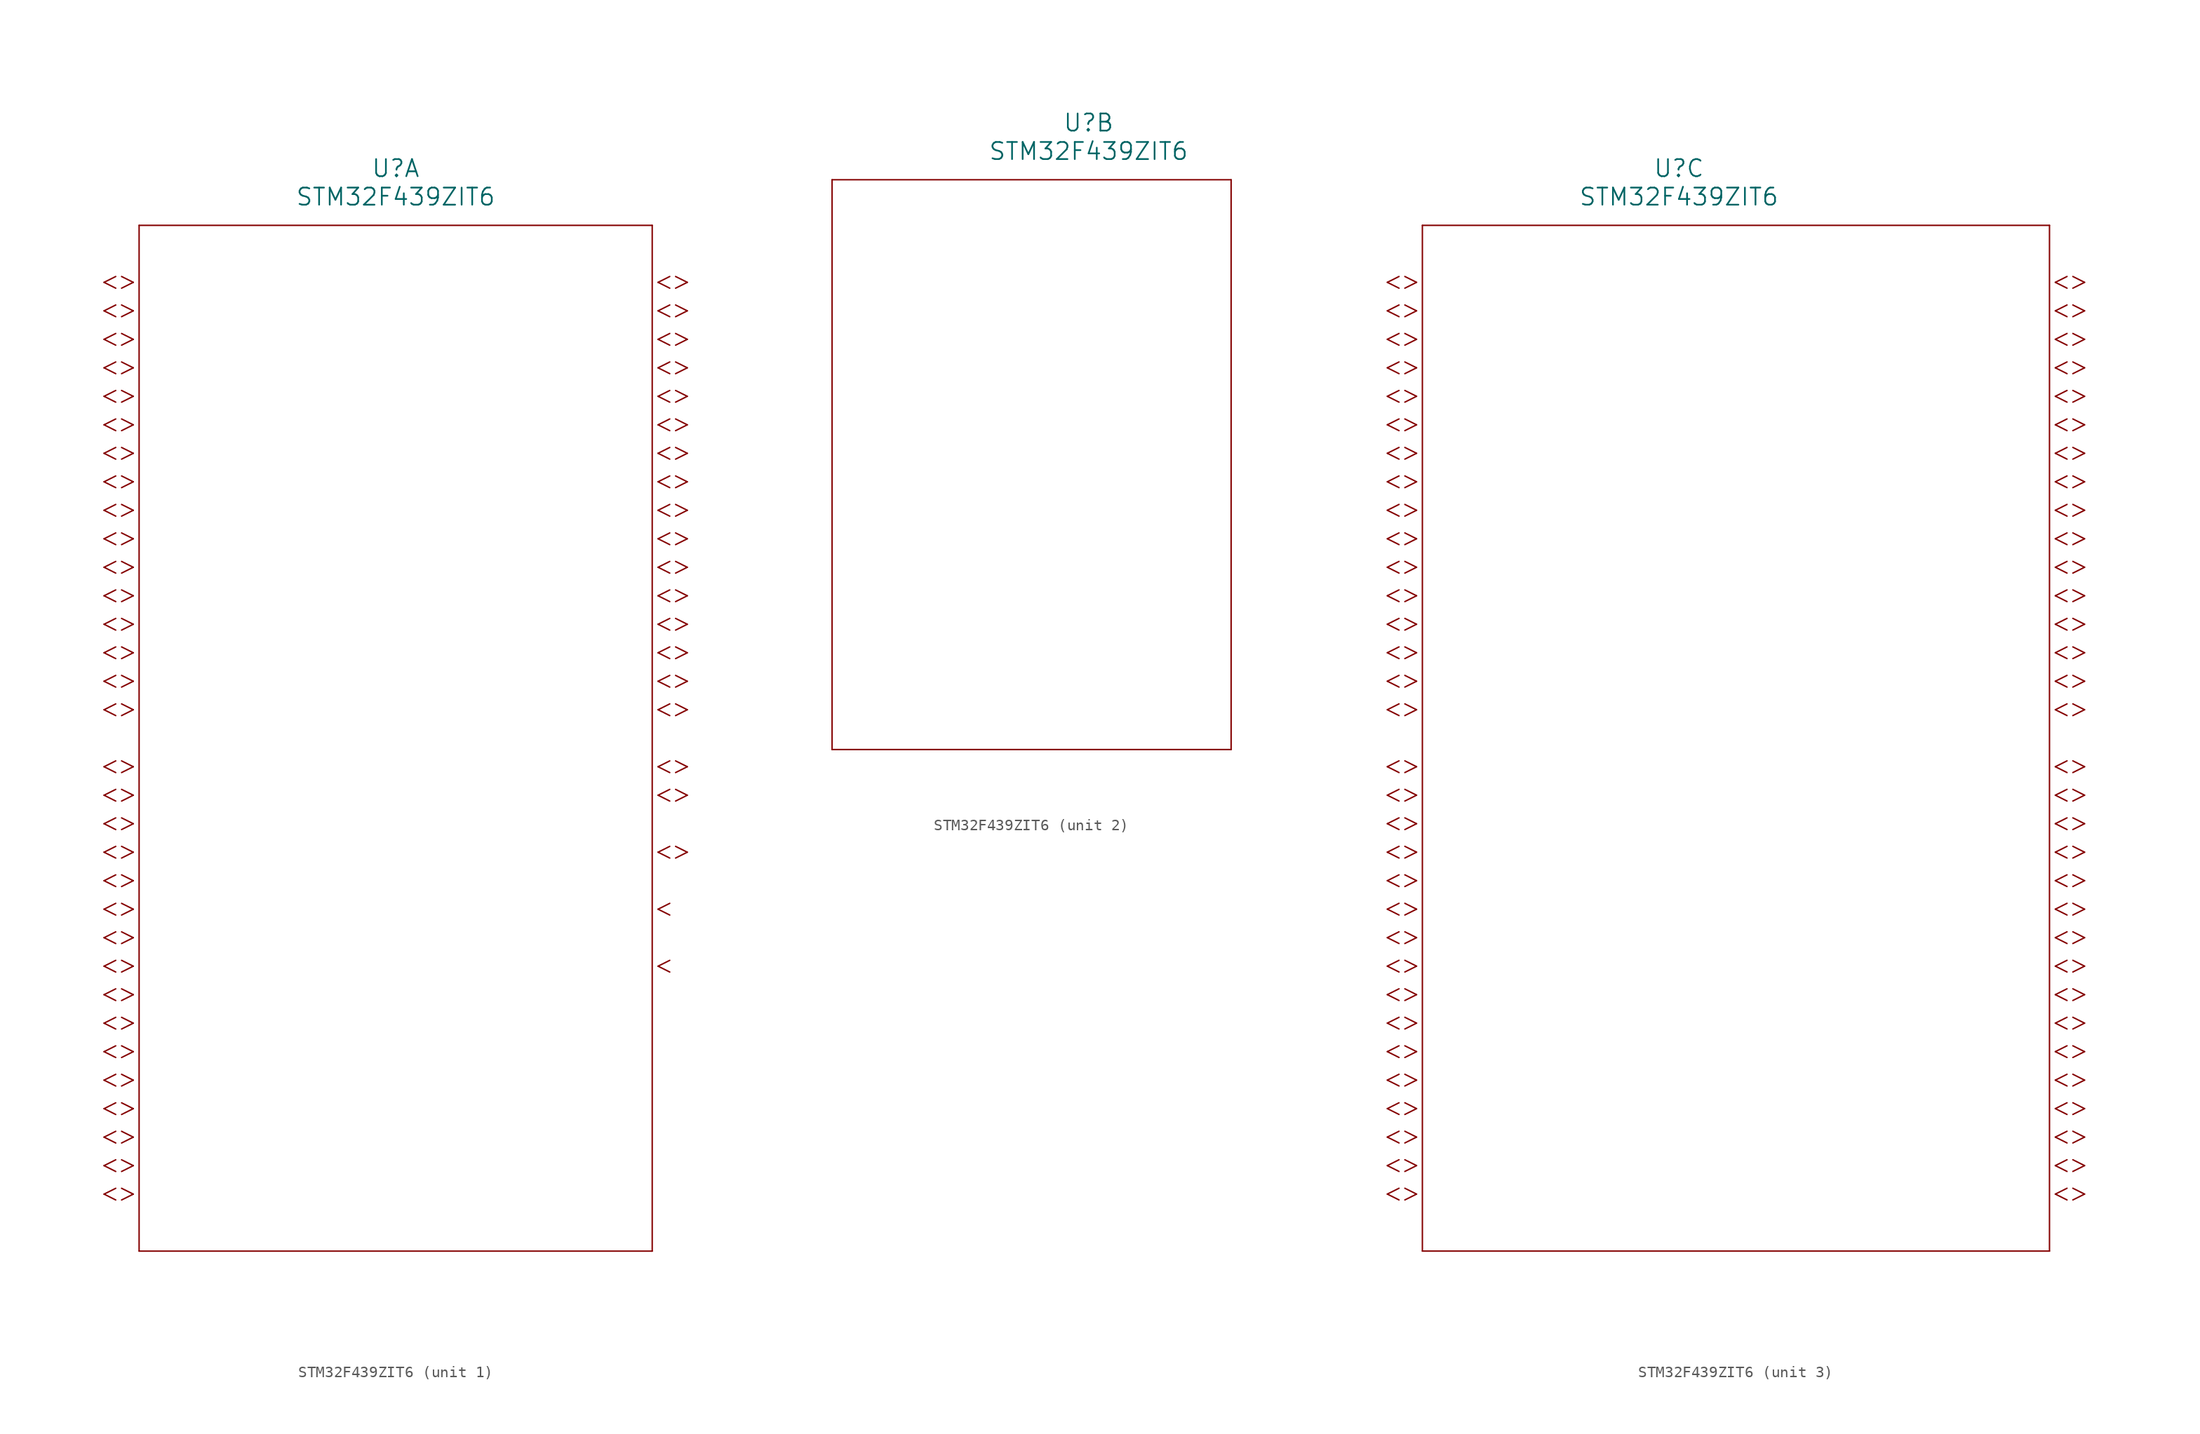
<source format=kicad_sym>
(kicad_symbol_lib
  (version 20211014)
  (generator kicad_symbol_editor)
  (symbol "STM32F439ZIT6"
    (pin_names
      (offset 0.254))
    (property "Reference" "U"
      (at 30.48 10.16 0)
      (effects (font (size 1.524 1.524))))
    (property "Value" "STM32F439ZIT6"
      (at 30.48 7.62 0)
      (effects (font (size 1.524 1.524))))
    (symbol "STM32F439ZIT6_1_1"
      (polyline (pts (xy 7.099 0) (xy 6.058 0.521)) (stroke (width 0.127) (type default) (color 0 0 0 0)) (fill (type none)))
      (polyline (pts (xy 7.099 0) (xy 6.058 -0.521)) (stroke (width 0.127) (type default) (color 0 0 0 0)) (fill (type none)))
      (polyline (pts (xy 5.537 0.521) (xy 4.496 0)) (stroke (width 0.127) (type default) (color 0 0 0 0)) (fill (type none)))
      (polyline (pts (xy 5.537 -0.521) (xy 4.496 0)) (stroke (width 0.127) (type default) (color 0 0 0 0)) (fill (type none)))
      (polyline (pts (xy 7.099 -2.54) (xy 6.058 -2.019)) (stroke (width 0.127) (type default) (color 0 0 0 0)) (fill (type none)))
      (polyline (pts (xy 7.099 -2.54) (xy 6.058 -3.061)) (stroke (width 0.127) (type default) (color 0 0 0 0)) (fill (type none)))
      (polyline (pts (xy 5.537 -2.019) (xy 4.496 -2.54)) (stroke (width 0.127) (type default) (color 0 0 0 0)) (fill (type none)))
      (polyline (pts (xy 5.537 -3.061) (xy 4.496 -2.54)) (stroke (width 0.127) (type default) (color 0 0 0 0)) (fill (type none)))
      (polyline (pts (xy 7.099 -5.08) (xy 6.058 -4.559)) (stroke (width 0.127) (type default) (color 0 0 0 0)) (fill (type none)))
      (polyline (pts (xy 7.099 -5.08) (xy 6.058 -5.601)) (stroke (width 0.127) (type default) (color 0 0 0 0)) (fill (type none)))
      (polyline (pts (xy 5.537 -4.559) (xy 4.496 -5.08)) (stroke (width 0.127) (type default) (color 0 0 0 0)) (fill (type none)))
      (polyline (pts (xy 5.537 -5.601) (xy 4.496 -5.08)) (stroke (width 0.127) (type default) (color 0 0 0 0)) (fill (type none)))
      (polyline (pts (xy 7.099 -7.62) (xy 6.058 -7.099)) (stroke (width 0.127) (type default) (color 0 0 0 0)) (fill (type none)))
      (polyline (pts (xy 7.099 -7.62) (xy 6.058 -8.141)) (stroke (width 0.127) (type default) (color 0 0 0 0)) (fill (type none)))
      (polyline (pts (xy 5.537 -7.099) (xy 4.496 -7.62)) (stroke (width 0.127) (type default) (color 0 0 0 0)) (fill (type none)))
      (polyline (pts (xy 5.537 -8.141) (xy 4.496 -7.62)) (stroke (width 0.127) (type default) (color 0 0 0 0)) (fill (type none)))
      (polyline (pts (xy 7.099 -10.16) (xy 6.058 -9.639)) (stroke (width 0.127) (type default) (color 0 0 0 0)) (fill (type none)))
      (polyline (pts (xy 7.099 -10.16) (xy 6.058 -10.681)) (stroke (width 0.127) (type default) (color 0 0 0 0)) (fill (type none)))
      (polyline (pts (xy 5.537 -9.639) (xy 4.496 -10.16)) (stroke (width 0.127) (type default) (color 0 0 0 0)) (fill (type none)))
      (polyline (pts (xy 5.537 -10.681) (xy 4.496 -10.16)) (stroke (width 0.127) (type default) (color 0 0 0 0)) (fill (type none)))
      (polyline (pts (xy 7.099 -12.7) (xy 6.058 -12.179)) (stroke (width 0.127) (type default) (color 0 0 0 0)) (fill (type none)))
      (polyline (pts (xy 7.099 -12.7) (xy 6.058 -13.221)) (stroke (width 0.127) (type default) (color 0 0 0 0)) (fill (type none)))
      (polyline (pts (xy 5.537 -12.179) (xy 4.496 -12.7)) (stroke (width 0.127) (type default) (color 0 0 0 0)) (fill (type none)))
      (polyline (pts (xy 5.537 -13.221) (xy 4.496 -12.7)) (stroke (width 0.127) (type default) (color 0 0 0 0)) (fill (type none)))
      (polyline (pts (xy 7.099 -15.24) (xy 6.058 -14.719)) (stroke (width 0.127) (type default) (color 0 0 0 0)) (fill (type none)))
      (polyline (pts (xy 7.099 -15.24) (xy 6.058 -15.761)) (stroke (width 0.127) (type default) (color 0 0 0 0)) (fill (type none)))
      (polyline (pts (xy 5.537 -14.719) (xy 4.496 -15.24)) (stroke (width 0.127) (type default) (color 0 0 0 0)) (fill (type none)))
      (polyline (pts (xy 5.537 -15.761) (xy 4.496 -15.24)) (stroke (width 0.127) (type default) (color 0 0 0 0)) (fill (type none)))
      (polyline (pts (xy 7.099 -17.78) (xy 6.058 -17.259)) (stroke (width 0.127) (type default) (color 0 0 0 0)) (fill (type none)))
      (polyline (pts (xy 7.099 -17.78) (xy 6.058 -18.301)) (stroke (width 0.127) (type default) (color 0 0 0 0)) (fill (type none)))
      (polyline (pts (xy 5.537 -17.259) (xy 4.496 -17.78)) (stroke (width 0.127) (type default) (color 0 0 0 0)) (fill (type none)))
      (polyline (pts (xy 5.537 -18.301) (xy 4.496 -17.78)) (stroke (width 0.127) (type default) (color 0 0 0 0)) (fill (type none)))
      (polyline (pts (xy 7.099 -20.32) (xy 6.058 -19.799)) (stroke (width 0.127) (type default) (color 0 0 0 0)) (fill (type none)))
      (polyline (pts (xy 7.099 -20.32) (xy 6.058 -20.841)) (stroke (width 0.127) (type default) (color 0 0 0 0)) (fill (type none)))
      (polyline (pts (xy 5.537 -19.799) (xy 4.496 -20.32)) (stroke (width 0.127) (type default) (color 0 0 0 0)) (fill (type none)))
      (polyline (pts (xy 5.537 -20.841) (xy 4.496 -20.32)) (stroke (width 0.127) (type default) (color 0 0 0 0)) (fill (type none)))
      (polyline (pts (xy 7.099 -22.86) (xy 6.058 -22.339)) (stroke (width 0.127) (type default) (color 0 0 0 0)) (fill (type none)))
      (polyline (pts (xy 7.099 -22.86) (xy 6.058 -23.381)) (stroke (width 0.127) (type default) (color 0 0 0 0)) (fill (type none)))
      (polyline (pts (xy 5.537 -22.339) (xy 4.496 -22.86)) (stroke (width 0.127) (type default) (color 0 0 0 0)) (fill (type none)))
      (polyline (pts (xy 5.537 -23.381) (xy 4.496 -22.86)) (stroke (width 0.127) (type default) (color 0 0 0 0)) (fill (type none)))
      (polyline (pts (xy 7.099 -25.4) (xy 6.058 -24.879)) (stroke (width 0.127) (type default) (color 0 0 0 0)) (fill (type none)))
      (polyline (pts (xy 7.099 -25.4) (xy 6.058 -25.921)) (stroke (width 0.127) (type default) (color 0 0 0 0)) (fill (type none)))
      (polyline (pts (xy 5.537 -24.879) (xy 4.496 -25.4)) (stroke (width 0.127) (type default) (color 0 0 0 0)) (fill (type none)))
      (polyline (pts (xy 5.537 -25.921) (xy 4.496 -25.4)) (stroke (width 0.127) (type default) (color 0 0 0 0)) (fill (type none)))
      (polyline (pts (xy 7.099 -27.94) (xy 6.058 -27.419)) (stroke (width 0.127) (type default) (color 0 0 0 0)) (fill (type none)))
      (polyline (pts (xy 7.099 -27.94) (xy 6.058 -28.461)) (stroke (width 0.127) (type default) (color 0 0 0 0)) (fill (type none)))
      (polyline (pts (xy 5.537 -27.419) (xy 4.496 -27.94)) (stroke (width 0.127) (type default) (color 0 0 0 0)) (fill (type none)))
      (polyline (pts (xy 5.537 -28.461) (xy 4.496 -27.94)) (stroke (width 0.127) (type default) (color 0 0 0 0)) (fill (type none)))
      (polyline (pts (xy 7.099 -30.48) (xy 6.058 -29.959)) (stroke (width 0.127) (type default) (color 0 0 0 0)) (fill (type none)))
      (polyline (pts (xy 7.099 -30.48) (xy 6.058 -31.001)) (stroke (width 0.127) (type default) (color 0 0 0 0)) (fill (type none)))
      (polyline (pts (xy 5.537 -29.959) (xy 4.496 -30.48)) (stroke (width 0.127) (type default) (color 0 0 0 0)) (fill (type none)))
      (polyline (pts (xy 5.537 -31.001) (xy 4.496 -30.48)) (stroke (width 0.127) (type default) (color 0 0 0 0)) (fill (type none)))
      (polyline (pts (xy 7.099 -33.02) (xy 6.058 -32.499)) (stroke (width 0.127) (type default) (color 0 0 0 0)) (fill (type none)))
      (polyline (pts (xy 7.099 -33.02) (xy 6.058 -33.541)) (stroke (width 0.127) (type default) (color 0 0 0 0)) (fill (type none)))
      (polyline (pts (xy 5.537 -32.499) (xy 4.496 -33.02)) (stroke (width 0.127) (type default) (color 0 0 0 0)) (fill (type none)))
      (polyline (pts (xy 5.537 -33.541) (xy 4.496 -33.02)) (stroke (width 0.127) (type default) (color 0 0 0 0)) (fill (type none)))
      (polyline (pts (xy 7.099 -35.56) (xy 6.058 -35.039)) (stroke (width 0.127) (type default) (color 0 0 0 0)) (fill (type none)))
      (polyline (pts (xy 7.099 -35.56) (xy 6.058 -36.081)) (stroke (width 0.127) (type default) (color 0 0 0 0)) (fill (type none)))
      (polyline (pts (xy 5.537 -35.039) (xy 4.496 -35.56)) (stroke (width 0.127) (type default) (color 0 0 0 0)) (fill (type none)))
      (polyline (pts (xy 5.537 -36.081) (xy 4.496 -35.56)) (stroke (width 0.127) (type default) (color 0 0 0 0)) (fill (type none)))
      (polyline (pts (xy 7.099 -38.1) (xy 6.058 -37.579)) (stroke (width 0.127) (type default) (color 0 0 0 0)) (fill (type none)))
      (polyline (pts (xy 7.099 -38.1) (xy 6.058 -38.621)) (stroke (width 0.127) (type default) (color 0 0 0 0)) (fill (type none)))
      (polyline (pts (xy 5.537 -37.579) (xy 4.496 -38.1)) (stroke (width 0.127) (type default) (color 0 0 0 0)) (fill (type none)))
      (polyline (pts (xy 5.537 -38.621) (xy 4.496 -38.1)) (stroke (width 0.127) (type default) (color 0 0 0 0)) (fill (type none)))
      (polyline (pts (xy 7.099 -43.18) (xy 6.058 -42.659)) (stroke (width 0.127) (type default) (color 0 0 0 0)) (fill (type none)))
      (polyline (pts (xy 7.099 -43.18) (xy 6.058 -43.701)) (stroke (width 0.127) (type default) (color 0 0 0 0)) (fill (type none)))
      (polyline (pts (xy 5.537 -42.659) (xy 4.496 -43.18)) (stroke (width 0.127) (type default) (color 0 0 0 0)) (fill (type none)))
      (polyline (pts (xy 5.537 -43.701) (xy 4.496 -43.18)) (stroke (width 0.127) (type default) (color 0 0 0 0)) (fill (type none)))
      (polyline (pts (xy 7.099 -45.72) (xy 6.058 -45.199)) (stroke (width 0.127) (type default) (color 0 0 0 0)) (fill (type none)))
      (polyline (pts (xy 7.099 -45.72) (xy 6.058 -46.241)) (stroke (width 0.127) (type default) (color 0 0 0 0)) (fill (type none)))
      (polyline (pts (xy 5.537 -45.199) (xy 4.496 -45.72)) (stroke (width 0.127) (type default) (color 0 0 0 0)) (fill (type none)))
      (polyline (pts (xy 5.537 -46.241) (xy 4.496 -45.72)) (stroke (width 0.127) (type default) (color 0 0 0 0)) (fill (type none)))
      (polyline (pts (xy 7.099 -48.26) (xy 6.058 -47.739)) (stroke (width 0.127) (type default) (color 0 0 0 0)) (fill (type none)))
      (polyline (pts (xy 7.099 -48.26) (xy 6.058 -48.781)) (stroke (width 0.127) (type default) (color 0 0 0 0)) (fill (type none)))
      (polyline (pts (xy 5.537 -47.739) (xy 4.496 -48.26)) (stroke (width 0.127) (type default) (color 0 0 0 0)) (fill (type none)))
      (polyline (pts (xy 5.537 -48.781) (xy 4.496 -48.26)) (stroke (width 0.127) (type default) (color 0 0 0 0)) (fill (type none)))
      (polyline (pts (xy 7.099 -50.8) (xy 6.058 -50.279)) (stroke (width 0.127) (type default) (color 0 0 0 0)) (fill (type none)))
      (polyline (pts (xy 7.099 -50.8) (xy 6.058 -51.321)) (stroke (width 0.127) (type default) (color 0 0 0 0)) (fill (type none)))
      (polyline (pts (xy 5.537 -50.279) (xy 4.496 -50.8)) (stroke (width 0.127) (type default) (color 0 0 0 0)) (fill (type none)))
      (polyline (pts (xy 5.537 -51.321) (xy 4.496 -50.8)) (stroke (width 0.127) (type default) (color 0 0 0 0)) (fill (type none)))
      (polyline (pts (xy 7.099 -53.34) (xy 6.058 -52.819)) (stroke (width 0.127) (type default) (color 0 0 0 0)) (fill (type none)))
      (polyline (pts (xy 7.099 -53.34) (xy 6.058 -53.861)) (stroke (width 0.127) (type default) (color 0 0 0 0)) (fill (type none)))
      (polyline (pts (xy 5.537 -52.819) (xy 4.496 -53.34)) (stroke (width 0.127) (type default) (color 0 0 0 0)) (fill (type none)))
      (polyline (pts (xy 5.537 -53.861) (xy 4.496 -53.34)) (stroke (width 0.127) (type default) (color 0 0 0 0)) (fill (type none)))
      (polyline (pts (xy 7.099 -55.88) (xy 6.058 -55.359)) (stroke (width 0.127) (type default) (color 0 0 0 0)) (fill (type none)))
      (polyline (pts (xy 7.099 -55.88) (xy 6.058 -56.401)) (stroke (width 0.127) (type default) (color 0 0 0 0)) (fill (type none)))
      (polyline (pts (xy 5.537 -55.359) (xy 4.496 -55.88)) (stroke (width 0.127) (type default) (color 0 0 0 0)) (fill (type none)))
      (polyline (pts (xy 5.537 -56.401) (xy 4.496 -55.88)) (stroke (width 0.127) (type default) (color 0 0 0 0)) (fill (type none)))
      (polyline (pts (xy 7.099 -58.42) (xy 6.058 -57.899)) (stroke (width 0.127) (type default) (color 0 0 0 0)) (fill (type none)))
      (polyline (pts (xy 7.099 -58.42) (xy 6.058 -58.941)) (stroke (width 0.127) (type default) (color 0 0 0 0)) (fill (type none)))
      (polyline (pts (xy 5.537 -57.899) (xy 4.496 -58.42)) (stroke (width 0.127) (type default) (color 0 0 0 0)) (fill (type none)))
      (polyline (pts (xy 5.537 -58.941) (xy 4.496 -58.42)) (stroke (width 0.127) (type default) (color 0 0 0 0)) (fill (type none)))
      (polyline (pts (xy 7.099 -60.96) (xy 6.058 -60.439)) (stroke (width 0.127) (type default) (color 0 0 0 0)) (fill (type none)))
      (polyline (pts (xy 7.099 -60.96) (xy 6.058 -61.481)) (stroke (width 0.127) (type default) (color 0 0 0 0)) (fill (type none)))
      (polyline (pts (xy 5.537 -60.439) (xy 4.496 -60.96)) (stroke (width 0.127) (type default) (color 0 0 0 0)) (fill (type none)))
      (polyline (pts (xy 5.537 -61.481) (xy 4.496 -60.96)) (stroke (width 0.127) (type default) (color 0 0 0 0)) (fill (type none)))
      (polyline (pts (xy 7.099 -63.5) (xy 6.058 -62.979)) (stroke (width 0.127) (type default) (color 0 0 0 0)) (fill (type none)))
      (polyline (pts (xy 7.099 -63.5) (xy 6.058 -64.021)) (stroke (width 0.127) (type default) (color 0 0 0 0)) (fill (type none)))
      (polyline (pts (xy 5.537 -62.979) (xy 4.496 -63.5)) (stroke (width 0.127) (type default) (color 0 0 0 0)) (fill (type none)))
      (polyline (pts (xy 5.537 -64.021) (xy 4.496 -63.5)) (stroke (width 0.127) (type default) (color 0 0 0 0)) (fill (type none)))
      (polyline (pts (xy 7.099 -66.04) (xy 6.058 -65.519)) (stroke (width 0.127) (type default) (color 0 0 0 0)) (fill (type none)))
      (polyline (pts (xy 7.099 -66.04) (xy 6.058 -66.561)) (stroke (width 0.127) (type default) (color 0 0 0 0)) (fill (type none)))
      (polyline (pts (xy 5.537 -65.519) (xy 4.496 -66.04)) (stroke (width 0.127) (type default) (color 0 0 0 0)) (fill (type none)))
      (polyline (pts (xy 5.537 -66.561) (xy 4.496 -66.04)) (stroke (width 0.127) (type default) (color 0 0 0 0)) (fill (type none)))
      (polyline (pts (xy 7.099 -68.58) (xy 6.058 -68.059)) (stroke (width 0.127) (type default) (color 0 0 0 0)) (fill (type none)))
      (polyline (pts (xy 7.099 -68.58) (xy 6.058 -69.101)) (stroke (width 0.127) (type default) (color 0 0 0 0)) (fill (type none)))
      (polyline (pts (xy 5.537 -68.059) (xy 4.496 -68.58)) (stroke (width 0.127) (type default) (color 0 0 0 0)) (fill (type none)))
      (polyline (pts (xy 5.537 -69.101) (xy 4.496 -68.58)) (stroke (width 0.127) (type default) (color 0 0 0 0)) (fill (type none)))
      (polyline (pts (xy 7.099 -71.12) (xy 6.058 -70.599)) (stroke (width 0.127) (type default) (color 0 0 0 0)) (fill (type none)))
      (polyline (pts (xy 7.099 -71.12) (xy 6.058 -71.641)) (stroke (width 0.127) (type default) (color 0 0 0 0)) (fill (type none)))
      (polyline (pts (xy 5.537 -70.599) (xy 4.496 -71.12)) (stroke (width 0.127) (type default) (color 0 0 0 0)) (fill (type none)))
      (polyline (pts (xy 5.537 -71.641) (xy 4.496 -71.12)) (stroke (width 0.127) (type default) (color 0 0 0 0)) (fill (type none)))
      (polyline (pts (xy 7.099 -73.66) (xy 6.058 -73.139)) (stroke (width 0.127) (type default) (color 0 0 0 0)) (fill (type none)))
      (polyline (pts (xy 7.099 -73.66) (xy 6.058 -74.181)) (stroke (width 0.127) (type default) (color 0 0 0 0)) (fill (type none)))
      (polyline (pts (xy 5.537 -73.139) (xy 4.496 -73.66)) (stroke (width 0.127) (type default) (color 0 0 0 0)) (fill (type none)))
      (polyline (pts (xy 5.537 -74.181) (xy 4.496 -73.66)) (stroke (width 0.127) (type default) (color 0 0 0 0)) (fill (type none)))
      (polyline (pts (xy 7.099 -76.2) (xy 6.058 -75.679)) (stroke (width 0.127) (type default) (color 0 0 0 0)) (fill (type none)))
      (polyline (pts (xy 7.099 -76.2) (xy 6.058 -76.721)) (stroke (width 0.127) (type default) (color 0 0 0 0)) (fill (type none)))
      (polyline (pts (xy 5.537 -75.679) (xy 4.496 -76.2)) (stroke (width 0.127) (type default) (color 0 0 0 0)) (fill (type none)))
      (polyline (pts (xy 5.537 -76.721) (xy 4.496 -76.2)) (stroke (width 0.127) (type default) (color 0 0 0 0)) (fill (type none)))
      (polyline (pts (xy 7.099 -78.74) (xy 6.058 -78.219)) (stroke (width 0.127) (type default) (color 0 0 0 0)) (fill (type none)))
      (polyline (pts (xy 7.099 -78.74) (xy 6.058 -79.261)) (stroke (width 0.127) (type default) (color 0 0 0 0)) (fill (type none)))
      (polyline (pts (xy 5.537 -78.219) (xy 4.496 -78.74)) (stroke (width 0.127) (type default) (color 0 0 0 0)) (fill (type none)))
      (polyline (pts (xy 5.537 -79.261) (xy 4.496 -78.74)) (stroke (width 0.127) (type default) (color 0 0 0 0)) (fill (type none)))
      (polyline (pts (xy 7.099 -81.28) (xy 6.058 -80.759)) (stroke (width 0.127) (type default) (color 0 0 0 0)) (fill (type none)))
      (polyline (pts (xy 7.099 -81.28) (xy 6.058 -81.801)) (stroke (width 0.127) (type default) (color 0 0 0 0)) (fill (type none)))
      (polyline (pts (xy 5.537 -80.759) (xy 4.496 -81.28)) (stroke (width 0.127) (type default) (color 0 0 0 0)) (fill (type none)))
      (polyline (pts (xy 5.537 -81.801) (xy 4.496 -81.28)) (stroke (width 0.127) (type default) (color 0 0 0 0)) (fill (type none)))
      (polyline (pts (xy 53.861 0) (xy 54.902 0.521)) (stroke (width 0.127) (type default) (color 0 0 0 0)) (fill (type none)))
      (polyline (pts (xy 53.861 0) (xy 54.902 -0.521)) (stroke (width 0.127) (type default) (color 0 0 0 0)) (fill (type none)))
      (polyline (pts (xy 55.423 0.521) (xy 56.464 0)) (stroke (width 0.127) (type default) (color 0 0 0 0)) (fill (type none)))
      (polyline (pts (xy 55.423 -0.521) (xy 56.464 0)) (stroke (width 0.127) (type default) (color 0 0 0 0)) (fill (type none)))
      (polyline (pts (xy 53.861 -2.54) (xy 54.902 -2.019)) (stroke (width 0.127) (type default) (color 0 0 0 0)) (fill (type none)))
      (polyline (pts (xy 53.861 -2.54) (xy 54.902 -3.061)) (stroke (width 0.127) (type default) (color 0 0 0 0)) (fill (type none)))
      (polyline (pts (xy 55.423 -2.019) (xy 56.464 -2.54)) (stroke (width 0.127) (type default) (color 0 0 0 0)) (fill (type none)))
      (polyline (pts (xy 55.423 -3.061) (xy 56.464 -2.54)) (stroke (width 0.127) (type default) (color 0 0 0 0)) (fill (type none)))
      (polyline (pts (xy 53.861 -5.08) (xy 54.902 -4.559)) (stroke (width 0.127) (type default) (color 0 0 0 0)) (fill (type none)))
      (polyline (pts (xy 53.861 -5.08) (xy 54.902 -5.601)) (stroke (width 0.127) (type default) (color 0 0 0 0)) (fill (type none)))
      (polyline (pts (xy 55.423 -4.559) (xy 56.464 -5.08)) (stroke (width 0.127) (type default) (color 0 0 0 0)) (fill (type none)))
      (polyline (pts (xy 55.423 -5.601) (xy 56.464 -5.08)) (stroke (width 0.127) (type default) (color 0 0 0 0)) (fill (type none)))
      (polyline (pts (xy 53.861 -7.62) (xy 54.902 -7.099)) (stroke (width 0.127) (type default) (color 0 0 0 0)) (fill (type none)))
      (polyline (pts (xy 53.861 -7.62) (xy 54.902 -8.141)) (stroke (width 0.127) (type default) (color 0 0 0 0)) (fill (type none)))
      (polyline (pts (xy 55.423 -7.099) (xy 56.464 -7.62)) (stroke (width 0.127) (type default) (color 0 0 0 0)) (fill (type none)))
      (polyline (pts (xy 55.423 -8.141) (xy 56.464 -7.62)) (stroke (width 0.127) (type default) (color 0 0 0 0)) (fill (type none)))
      (polyline (pts (xy 53.861 -10.16) (xy 54.902 -9.639)) (stroke (width 0.127) (type default) (color 0 0 0 0)) (fill (type none)))
      (polyline (pts (xy 53.861 -10.16) (xy 54.902 -10.681)) (stroke (width 0.127) (type default) (color 0 0 0 0)) (fill (type none)))
      (polyline (pts (xy 55.423 -9.639) (xy 56.464 -10.16)) (stroke (width 0.127) (type default) (color 0 0 0 0)) (fill (type none)))
      (polyline (pts (xy 55.423 -10.681) (xy 56.464 -10.16)) (stroke (width 0.127) (type default) (color 0 0 0 0)) (fill (type none)))
      (polyline (pts (xy 53.861 -12.7) (xy 54.902 -12.179)) (stroke (width 0.127) (type default) (color 0 0 0 0)) (fill (type none)))
      (polyline (pts (xy 53.861 -12.7) (xy 54.902 -13.221)) (stroke (width 0.127) (type default) (color 0 0 0 0)) (fill (type none)))
      (polyline (pts (xy 55.423 -12.179) (xy 56.464 -12.7)) (stroke (width 0.127) (type default) (color 0 0 0 0)) (fill (type none)))
      (polyline (pts (xy 55.423 -13.221) (xy 56.464 -12.7)) (stroke (width 0.127) (type default) (color 0 0 0 0)) (fill (type none)))
      (polyline (pts (xy 53.861 -15.24) (xy 54.902 -14.719)) (stroke (width 0.127) (type default) (color 0 0 0 0)) (fill (type none)))
      (polyline (pts (xy 53.861 -15.24) (xy 54.902 -15.761)) (stroke (width 0.127) (type default) (color 0 0 0 0)) (fill (type none)))
      (polyline (pts (xy 55.423 -14.719) (xy 56.464 -15.24)) (stroke (width 0.127) (type default) (color 0 0 0 0)) (fill (type none)))
      (polyline (pts (xy 55.423 -15.761) (xy 56.464 -15.24)) (stroke (width 0.127) (type default) (color 0 0 0 0)) (fill (type none)))
      (polyline (pts (xy 53.861 -17.78) (xy 54.902 -17.259)) (stroke (width 0.127) (type default) (color 0 0 0 0)) (fill (type none)))
      (polyline (pts (xy 53.861 -17.78) (xy 54.902 -18.301)) (stroke (width 0.127) (type default) (color 0 0 0 0)) (fill (type none)))
      (polyline (pts (xy 55.423 -17.259) (xy 56.464 -17.78)) (stroke (width 0.127) (type default) (color 0 0 0 0)) (fill (type none)))
      (polyline (pts (xy 55.423 -18.301) (xy 56.464 -17.78)) (stroke (width 0.127) (type default) (color 0 0 0 0)) (fill (type none)))
      (polyline (pts (xy 53.861 -20.32) (xy 54.902 -19.799)) (stroke (width 0.127) (type default) (color 0 0 0 0)) (fill (type none)))
      (polyline (pts (xy 53.861 -20.32) (xy 54.902 -20.841)) (stroke (width 0.127) (type default) (color 0 0 0 0)) (fill (type none)))
      (polyline (pts (xy 55.423 -19.799) (xy 56.464 -20.32)) (stroke (width 0.127) (type default) (color 0 0 0 0)) (fill (type none)))
      (polyline (pts (xy 55.423 -20.841) (xy 56.464 -20.32)) (stroke (width 0.127) (type default) (color 0 0 0 0)) (fill (type none)))
      (polyline (pts (xy 53.861 -22.86) (xy 54.902 -22.339)) (stroke (width 0.127) (type default) (color 0 0 0 0)) (fill (type none)))
      (polyline (pts (xy 53.861 -22.86) (xy 54.902 -23.381)) (stroke (width 0.127) (type default) (color 0 0 0 0)) (fill (type none)))
      (polyline (pts (xy 55.423 -22.339) (xy 56.464 -22.86)) (stroke (width 0.127) (type default) (color 0 0 0 0)) (fill (type none)))
      (polyline (pts (xy 55.423 -23.381) (xy 56.464 -22.86)) (stroke (width 0.127) (type default) (color 0 0 0 0)) (fill (type none)))
      (polyline (pts (xy 53.861 -25.4) (xy 54.902 -24.879)) (stroke (width 0.127) (type default) (color 0 0 0 0)) (fill (type none)))
      (polyline (pts (xy 53.861 -25.4) (xy 54.902 -25.921)) (stroke (width 0.127) (type default) (color 0 0 0 0)) (fill (type none)))
      (polyline (pts (xy 55.423 -24.879) (xy 56.464 -25.4)) (stroke (width 0.127) (type default) (color 0 0 0 0)) (fill (type none)))
      (polyline (pts (xy 55.423 -25.921) (xy 56.464 -25.4)) (stroke (width 0.127) (type default) (color 0 0 0 0)) (fill (type none)))
      (polyline (pts (xy 53.861 -27.94) (xy 54.902 -27.419)) (stroke (width 0.127) (type default) (color 0 0 0 0)) (fill (type none)))
      (polyline (pts (xy 53.861 -27.94) (xy 54.902 -28.461)) (stroke (width 0.127) (type default) (color 0 0 0 0)) (fill (type none)))
      (polyline (pts (xy 55.423 -27.419) (xy 56.464 -27.94)) (stroke (width 0.127) (type default) (color 0 0 0 0)) (fill (type none)))
      (polyline (pts (xy 55.423 -28.461) (xy 56.464 -27.94)) (stroke (width 0.127) (type default) (color 0 0 0 0)) (fill (type none)))
      (polyline (pts (xy 53.861 -30.48) (xy 54.902 -29.959)) (stroke (width 0.127) (type default) (color 0 0 0 0)) (fill (type none)))
      (polyline (pts (xy 53.861 -30.48) (xy 54.902 -31.001)) (stroke (width 0.127) (type default) (color 0 0 0 0)) (fill (type none)))
      (polyline (pts (xy 55.423 -29.959) (xy 56.464 -30.48)) (stroke (width 0.127) (type default) (color 0 0 0 0)) (fill (type none)))
      (polyline (pts (xy 55.423 -31.001) (xy 56.464 -30.48)) (stroke (width 0.127) (type default) (color 0 0 0 0)) (fill (type none)))
      (polyline (pts (xy 53.861 -33.02) (xy 54.902 -32.499)) (stroke (width 0.127) (type default) (color 0 0 0 0)) (fill (type none)))
      (polyline (pts (xy 53.861 -33.02) (xy 54.902 -33.541)) (stroke (width 0.127) (type default) (color 0 0 0 0)) (fill (type none)))
      (polyline (pts (xy 55.423 -32.499) (xy 56.464 -33.02)) (stroke (width 0.127) (type default) (color 0 0 0 0)) (fill (type none)))
      (polyline (pts (xy 55.423 -33.541) (xy 56.464 -33.02)) (stroke (width 0.127) (type default) (color 0 0 0 0)) (fill (type none)))
      (polyline (pts (xy 53.861 -35.56) (xy 54.902 -35.039)) (stroke (width 0.127) (type default) (color 0 0 0 0)) (fill (type none)))
      (polyline (pts (xy 53.861 -35.56) (xy 54.902 -36.081)) (stroke (width 0.127) (type default) (color 0 0 0 0)) (fill (type none)))
      (polyline (pts (xy 55.423 -35.039) (xy 56.464 -35.56)) (stroke (width 0.127) (type default) (color 0 0 0 0)) (fill (type none)))
      (polyline (pts (xy 55.423 -36.081) (xy 56.464 -35.56)) (stroke (width 0.127) (type default) (color 0 0 0 0)) (fill (type none)))
      (polyline (pts (xy 53.861 -38.1) (xy 54.902 -37.579)) (stroke (width 0.127) (type default) (color 0 0 0 0)) (fill (type none)))
      (polyline (pts (xy 53.861 -38.1) (xy 54.902 -38.621)) (stroke (width 0.127) (type default) (color 0 0 0 0)) (fill (type none)))
      (polyline (pts (xy 55.423 -37.579) (xy 56.464 -38.1)) (stroke (width 0.127) (type default) (color 0 0 0 0)) (fill (type none)))
      (polyline (pts (xy 55.423 -38.621) (xy 56.464 -38.1)) (stroke (width 0.127) (type default) (color 0 0 0 0)) (fill (type none)))
      (polyline (pts (xy 53.861 -43.18) (xy 54.902 -42.659)) (stroke (width 0.127) (type default) (color 0 0 0 0)) (fill (type none)))
      (polyline (pts (xy 53.861 -43.18) (xy 54.902 -43.701)) (stroke (width 0.127) (type default) (color 0 0 0 0)) (fill (type none)))
      (polyline (pts (xy 55.423 -42.659) (xy 56.464 -43.18)) (stroke (width 0.127) (type default) (color 0 0 0 0)) (fill (type none)))
      (polyline (pts (xy 55.423 -43.701) (xy 56.464 -43.18)) (stroke (width 0.127) (type default) (color 0 0 0 0)) (fill (type none)))
      (polyline (pts (xy 53.861 -45.72) (xy 54.902 -45.199)) (stroke (width 0.127) (type default) (color 0 0 0 0)) (fill (type none)))
      (polyline (pts (xy 53.861 -45.72) (xy 54.902 -46.241)) (stroke (width 0.127) (type default) (color 0 0 0 0)) (fill (type none)))
      (polyline (pts (xy 55.423 -45.199) (xy 56.464 -45.72)) (stroke (width 0.127) (type default) (color 0 0 0 0)) (fill (type none)))
      (polyline (pts (xy 55.423 -46.241) (xy 56.464 -45.72)) (stroke (width 0.127) (type default) (color 0 0 0 0)) (fill (type none)))
      (polyline (pts (xy 53.861 -50.8) (xy 54.902 -50.279)) (stroke (width 0.127) (type default) (color 0 0 0 0)) (fill (type none)))
      (polyline (pts (xy 53.861 -50.8) (xy 54.902 -51.321)) (stroke (width 0.127) (type default) (color 0 0 0 0)) (fill (type none)))
      (polyline (pts (xy 55.423 -50.279) (xy 56.464 -50.8)) (stroke (width 0.127) (type default) (color 0 0 0 0)) (fill (type none)))
      (polyline (pts (xy 55.423 -51.321) (xy 56.464 -50.8)) (stroke (width 0.127) (type default) (color 0 0 0 0)) (fill (type none)))
      (polyline (pts (xy 53.861 -55.88) (xy 54.902 -55.359)) (stroke (width 0.127) (type default) (color 0 0 0 0)) (fill (type none)))
      (polyline (pts (xy 53.861 -55.88) (xy 54.902 -56.401)) (stroke (width 0.127) (type default) (color 0 0 0 0)) (fill (type none)))
      (polyline (pts (xy 53.861 -60.96) (xy 54.902 -60.439)) (stroke (width 0.127) (type default) (color 0 0 0 0)) (fill (type none)))
      (polyline (pts (xy 53.861 -60.96) (xy 54.902 -61.481)) (stroke (width 0.127) (type default) (color 0 0 0 0)) (fill (type none)))
      (polyline (pts (xy 7.62 5.08) (xy 7.62 -86.36)) (stroke (width 0.127) (type default) (color 0 0 0 0)) (fill (type none)))
      (polyline (pts (xy 7.62 -86.36) (xy 53.34 -86.36)) (stroke (width 0.127) (type default) (color 0 0 0 0)) (fill (type none)))
      (polyline (pts (xy 53.34 -86.36) (xy 53.34 5.08)) (stroke (width 0.127) (type default) (color 0 0 0 0)) (fill (type none)))
      (polyline (pts (xy 53.34 5.08) (xy 7.62 5.08)) (stroke (width 0.127) (type default) (color 0 0 0 0)) (fill (type none))))
    (symbol "STM32F439ZIT6_2_1"
      (polyline (pts (xy 7.62 5.08) (xy 7.62 -45.72)) (stroke (width 0.127) (type default) (color 0 0 0 0)) (fill (type none)))
      (polyline (pts (xy 7.62 -45.72) (xy 43.18 -45.72)) (stroke (width 0.127) (type default) (color 0 0 0 0)) (fill (type none)))
      (polyline (pts (xy 43.18 -45.72) (xy 43.18 5.08)) (stroke (width 0.127) (type default) (color 0 0 0 0)) (fill (type none)))
      (polyline (pts (xy 43.18 5.08) (xy 7.62 5.08)) (stroke (width 0.127) (type default) (color 0 0 0 0)) (fill (type none))))
    (symbol "STM32F439ZIT6_3_1"
      (polyline (pts (xy 7.099 0) (xy 6.058 0.521)) (stroke (width 0.127) (type default) (color 0 0 0 0)) (fill (type none)))
      (polyline (pts (xy 7.099 0) (xy 6.058 -0.521)) (stroke (width 0.127) (type default) (color 0 0 0 0)) (fill (type none)))
      (polyline (pts (xy 5.537 0.521) (xy 4.496 0)) (stroke (width 0.127) (type default) (color 0 0 0 0)) (fill (type none)))
      (polyline (pts (xy 5.537 -0.521) (xy 4.496 0)) (stroke (width 0.127) (type default) (color 0 0 0 0)) (fill (type none)))
      (polyline (pts (xy 7.099 -2.54) (xy 6.058 -2.019)) (stroke (width 0.127) (type default) (color 0 0 0 0)) (fill (type none)))
      (polyline (pts (xy 7.099 -2.54) (xy 6.058 -3.061)) (stroke (width 0.127) (type default) (color 0 0 0 0)) (fill (type none)))
      (polyline (pts (xy 5.537 -2.019) (xy 4.496 -2.54)) (stroke (width 0.127) (type default) (color 0 0 0 0)) (fill (type none)))
      (polyline (pts (xy 5.537 -3.061) (xy 4.496 -2.54)) (stroke (width 0.127) (type default) (color 0 0 0 0)) (fill (type none)))
      (polyline (pts (xy 7.099 -5.08) (xy 6.058 -4.559)) (stroke (width 0.127) (type default) (color 0 0 0 0)) (fill (type none)))
      (polyline (pts (xy 7.099 -5.08) (xy 6.058 -5.601)) (stroke (width 0.127) (type default) (color 0 0 0 0)) (fill (type none)))
      (polyline (pts (xy 5.537 -4.559) (xy 4.496 -5.08)) (stroke (width 0.127) (type default) (color 0 0 0 0)) (fill (type none)))
      (polyline (pts (xy 5.537 -5.601) (xy 4.496 -5.08)) (stroke (width 0.127) (type default) (color 0 0 0 0)) (fill (type none)))
      (polyline (pts (xy 7.099 -7.62) (xy 6.058 -7.099)) (stroke (width 0.127) (type default) (color 0 0 0 0)) (fill (type none)))
      (polyline (pts (xy 7.099 -7.62) (xy 6.058 -8.141)) (stroke (width 0.127) (type default) (color 0 0 0 0)) (fill (type none)))
      (polyline (pts (xy 5.537 -7.099) (xy 4.496 -7.62)) (stroke (width 0.127) (type default) (color 0 0 0 0)) (fill (type none)))
      (polyline (pts (xy 5.537 -8.141) (xy 4.496 -7.62)) (stroke (width 0.127) (type default) (color 0 0 0 0)) (fill (type none)))
      (polyline (pts (xy 7.099 -10.16) (xy 6.058 -9.639)) (stroke (width 0.127) (type default) (color 0 0 0 0)) (fill (type none)))
      (polyline (pts (xy 7.099 -10.16) (xy 6.058 -10.681)) (stroke (width 0.127) (type default) (color 0 0 0 0)) (fill (type none)))
      (polyline (pts (xy 5.537 -9.639) (xy 4.496 -10.16)) (stroke (width 0.127) (type default) (color 0 0 0 0)) (fill (type none)))
      (polyline (pts (xy 5.537 -10.681) (xy 4.496 -10.16)) (stroke (width 0.127) (type default) (color 0 0 0 0)) (fill (type none)))
      (polyline (pts (xy 7.099 -12.7) (xy 6.058 -12.179)) (stroke (width 0.127) (type default) (color 0 0 0 0)) (fill (type none)))
      (polyline (pts (xy 7.099 -12.7) (xy 6.058 -13.221)) (stroke (width 0.127) (type default) (color 0 0 0 0)) (fill (type none)))
      (polyline (pts (xy 5.537 -12.179) (xy 4.496 -12.7)) (stroke (width 0.127) (type default) (color 0 0 0 0)) (fill (type none)))
      (polyline (pts (xy 5.537 -13.221) (xy 4.496 -12.7)) (stroke (width 0.127) (type default) (color 0 0 0 0)) (fill (type none)))
      (polyline (pts (xy 7.099 -15.24) (xy 6.058 -14.719)) (stroke (width 0.127) (type default) (color 0 0 0 0)) (fill (type none)))
      (polyline (pts (xy 7.099 -15.24) (xy 6.058 -15.761)) (stroke (width 0.127) (type default) (color 0 0 0 0)) (fill (type none)))
      (polyline (pts (xy 5.537 -14.719) (xy 4.496 -15.24)) (stroke (width 0.127) (type default) (color 0 0 0 0)) (fill (type none)))
      (polyline (pts (xy 5.537 -15.761) (xy 4.496 -15.24)) (stroke (width 0.127) (type default) (color 0 0 0 0)) (fill (type none)))
      (polyline (pts (xy 7.099 -17.78) (xy 6.058 -17.259)) (stroke (width 0.127) (type default) (color 0 0 0 0)) (fill (type none)))
      (polyline (pts (xy 7.099 -17.78) (xy 6.058 -18.301)) (stroke (width 0.127) (type default) (color 0 0 0 0)) (fill (type none)))
      (polyline (pts (xy 5.537 -17.259) (xy 4.496 -17.78)) (stroke (width 0.127) (type default) (color 0 0 0 0)) (fill (type none)))
      (polyline (pts (xy 5.537 -18.301) (xy 4.496 -17.78)) (stroke (width 0.127) (type default) (color 0 0 0 0)) (fill (type none)))
      (polyline (pts (xy 7.099 -20.32) (xy 6.058 -19.799)) (stroke (width 0.127) (type default) (color 0 0 0 0)) (fill (type none)))
      (polyline (pts (xy 7.099 -20.32) (xy 6.058 -20.841)) (stroke (width 0.127) (type default) (color 0 0 0 0)) (fill (type none)))
      (polyline (pts (xy 5.537 -19.799) (xy 4.496 -20.32)) (stroke (width 0.127) (type default) (color 0 0 0 0)) (fill (type none)))
      (polyline (pts (xy 5.537 -20.841) (xy 4.496 -20.32)) (stroke (width 0.127) (type default) (color 0 0 0 0)) (fill (type none)))
      (polyline (pts (xy 7.099 -22.86) (xy 6.058 -22.339)) (stroke (width 0.127) (type default) (color 0 0 0 0)) (fill (type none)))
      (polyline (pts (xy 7.099 -22.86) (xy 6.058 -23.381)) (stroke (width 0.127) (type default) (color 0 0 0 0)) (fill (type none)))
      (polyline (pts (xy 5.537 -22.339) (xy 4.496 -22.86)) (stroke (width 0.127) (type default) (color 0 0 0 0)) (fill (type none)))
      (polyline (pts (xy 5.537 -23.381) (xy 4.496 -22.86)) (stroke (width 0.127) (type default) (color 0 0 0 0)) (fill (type none)))
      (polyline (pts (xy 7.099 -25.4) (xy 6.058 -24.879)) (stroke (width 0.127) (type default) (color 0 0 0 0)) (fill (type none)))
      (polyline (pts (xy 7.099 -25.4) (xy 6.058 -25.921)) (stroke (width 0.127) (type default) (color 0 0 0 0)) (fill (type none)))
      (polyline (pts (xy 5.537 -24.879) (xy 4.496 -25.4)) (stroke (width 0.127) (type default) (color 0 0 0 0)) (fill (type none)))
      (polyline (pts (xy 5.537 -25.921) (xy 4.496 -25.4)) (stroke (width 0.127) (type default) (color 0 0 0 0)) (fill (type none)))
      (polyline (pts (xy 7.099 -27.94) (xy 6.058 -27.419)) (stroke (width 0.127) (type default) (color 0 0 0 0)) (fill (type none)))
      (polyline (pts (xy 7.099 -27.94) (xy 6.058 -28.461)) (stroke (width 0.127) (type default) (color 0 0 0 0)) (fill (type none)))
      (polyline (pts (xy 5.537 -27.419) (xy 4.496 -27.94)) (stroke (width 0.127) (type default) (color 0 0 0 0)) (fill (type none)))
      (polyline (pts (xy 5.537 -28.461) (xy 4.496 -27.94)) (stroke (width 0.127) (type default) (color 0 0 0 0)) (fill (type none)))
      (polyline (pts (xy 7.099 -30.48) (xy 6.058 -29.959)) (stroke (width 0.127) (type default) (color 0 0 0 0)) (fill (type none)))
      (polyline (pts (xy 7.099 -30.48) (xy 6.058 -31.001)) (stroke (width 0.127) (type default) (color 0 0 0 0)) (fill (type none)))
      (polyline (pts (xy 5.537 -29.959) (xy 4.496 -30.48)) (stroke (width 0.127) (type default) (color 0 0 0 0)) (fill (type none)))
      (polyline (pts (xy 5.537 -31.001) (xy 4.496 -30.48)) (stroke (width 0.127) (type default) (color 0 0 0 0)) (fill (type none)))
      (polyline (pts (xy 7.099 -33.02) (xy 6.058 -32.499)) (stroke (width 0.127) (type default) (color 0 0 0 0)) (fill (type none)))
      (polyline (pts (xy 7.099 -33.02) (xy 6.058 -33.541)) (stroke (width 0.127) (type default) (color 0 0 0 0)) (fill (type none)))
      (polyline (pts (xy 5.537 -32.499) (xy 4.496 -33.02)) (stroke (width 0.127) (type default) (color 0 0 0 0)) (fill (type none)))
      (polyline (pts (xy 5.537 -33.541) (xy 4.496 -33.02)) (stroke (width 0.127) (type default) (color 0 0 0 0)) (fill (type none)))
      (polyline (pts (xy 7.099 -35.56) (xy 6.058 -35.039)) (stroke (width 0.127) (type default) (color 0 0 0 0)) (fill (type none)))
      (polyline (pts (xy 7.099 -35.56) (xy 6.058 -36.081)) (stroke (width 0.127) (type default) (color 0 0 0 0)) (fill (type none)))
      (polyline (pts (xy 5.537 -35.039) (xy 4.496 -35.56)) (stroke (width 0.127) (type default) (color 0 0 0 0)) (fill (type none)))
      (polyline (pts (xy 5.537 -36.081) (xy 4.496 -35.56)) (stroke (width 0.127) (type default) (color 0 0 0 0)) (fill (type none)))
      (polyline (pts (xy 7.099 -38.1) (xy 6.058 -37.579)) (stroke (width 0.127) (type default) (color 0 0 0 0)) (fill (type none)))
      (polyline (pts (xy 7.099 -38.1) (xy 6.058 -38.621)) (stroke (width 0.127) (type default) (color 0 0 0 0)) (fill (type none)))
      (polyline (pts (xy 5.537 -37.579) (xy 4.496 -38.1)) (stroke (width 0.127) (type default) (color 0 0 0 0)) (fill (type none)))
      (polyline (pts (xy 5.537 -38.621) (xy 4.496 -38.1)) (stroke (width 0.127) (type default) (color 0 0 0 0)) (fill (type none)))
      (polyline (pts (xy 7.099 -43.18) (xy 6.058 -42.659)) (stroke (width 0.127) (type default) (color 0 0 0 0)) (fill (type none)))
      (polyline (pts (xy 7.099 -43.18) (xy 6.058 -43.701)) (stroke (width 0.127) (type default) (color 0 0 0 0)) (fill (type none)))
      (polyline (pts (xy 5.537 -42.659) (xy 4.496 -43.18)) (stroke (width 0.127) (type default) (color 0 0 0 0)) (fill (type none)))
      (polyline (pts (xy 5.537 -43.701) (xy 4.496 -43.18)) (stroke (width 0.127) (type default) (color 0 0 0 0)) (fill (type none)))
      (polyline (pts (xy 7.099 -45.72) (xy 6.058 -45.199)) (stroke (width 0.127) (type default) (color 0 0 0 0)) (fill (type none)))
      (polyline (pts (xy 7.099 -45.72) (xy 6.058 -46.241)) (stroke (width 0.127) (type default) (color 0 0 0 0)) (fill (type none)))
      (polyline (pts (xy 5.537 -45.199) (xy 4.496 -45.72)) (stroke (width 0.127) (type default) (color 0 0 0 0)) (fill (type none)))
      (polyline (pts (xy 5.537 -46.241) (xy 4.496 -45.72)) (stroke (width 0.127) (type default) (color 0 0 0 0)) (fill (type none)))
      (polyline (pts (xy 7.099 -48.26) (xy 6.058 -47.739)) (stroke (width 0.127) (type default) (color 0 0 0 0)) (fill (type none)))
      (polyline (pts (xy 7.099 -48.26) (xy 6.058 -48.781)) (stroke (width 0.127) (type default) (color 0 0 0 0)) (fill (type none)))
      (polyline (pts (xy 5.537 -47.739) (xy 4.496 -48.26)) (stroke (width 0.127) (type default) (color 0 0 0 0)) (fill (type none)))
      (polyline (pts (xy 5.537 -48.781) (xy 4.496 -48.26)) (stroke (width 0.127) (type default) (color 0 0 0 0)) (fill (type none)))
      (polyline (pts (xy 7.099 -50.8) (xy 6.058 -50.279)) (stroke (width 0.127) (type default) (color 0 0 0 0)) (fill (type none)))
      (polyline (pts (xy 7.099 -50.8) (xy 6.058 -51.321)) (stroke (width 0.127) (type default) (color 0 0 0 0)) (fill (type none)))
      (polyline (pts (xy 5.537 -50.279) (xy 4.496 -50.8)) (stroke (width 0.127) (type default) (color 0 0 0 0)) (fill (type none)))
      (polyline (pts (xy 5.537 -51.321) (xy 4.496 -50.8)) (stroke (width 0.127) (type default) (color 0 0 0 0)) (fill (type none)))
      (polyline (pts (xy 7.099 -53.34) (xy 6.058 -52.819)) (stroke (width 0.127) (type default) (color 0 0 0 0)) (fill (type none)))
      (polyline (pts (xy 7.099 -53.34) (xy 6.058 -53.861)) (stroke (width 0.127) (type default) (color 0 0 0 0)) (fill (type none)))
      (polyline (pts (xy 5.537 -52.819) (xy 4.496 -53.34)) (stroke (width 0.127) (type default) (color 0 0 0 0)) (fill (type none)))
      (polyline (pts (xy 5.537 -53.861) (xy 4.496 -53.34)) (stroke (width 0.127) (type default) (color 0 0 0 0)) (fill (type none)))
      (polyline (pts (xy 7.099 -55.88) (xy 6.058 -55.359)) (stroke (width 0.127) (type default) (color 0 0 0 0)) (fill (type none)))
      (polyline (pts (xy 7.099 -55.88) (xy 6.058 -56.401)) (stroke (width 0.127) (type default) (color 0 0 0 0)) (fill (type none)))
      (polyline (pts (xy 5.537 -55.359) (xy 4.496 -55.88)) (stroke (width 0.127) (type default) (color 0 0 0 0)) (fill (type none)))
      (polyline (pts (xy 5.537 -56.401) (xy 4.496 -55.88)) (stroke (width 0.127) (type default) (color 0 0 0 0)) (fill (type none)))
      (polyline (pts (xy 7.099 -58.42) (xy 6.058 -57.899)) (stroke (width 0.127) (type default) (color 0 0 0 0)) (fill (type none)))
      (polyline (pts (xy 7.099 -58.42) (xy 6.058 -58.941)) (stroke (width 0.127) (type default) (color 0 0 0 0)) (fill (type none)))
      (polyline (pts (xy 5.537 -57.899) (xy 4.496 -58.42)) (stroke (width 0.127) (type default) (color 0 0 0 0)) (fill (type none)))
      (polyline (pts (xy 5.537 -58.941) (xy 4.496 -58.42)) (stroke (width 0.127) (type default) (color 0 0 0 0)) (fill (type none)))
      (polyline (pts (xy 7.099 -60.96) (xy 6.058 -60.439)) (stroke (width 0.127) (type default) (color 0 0 0 0)) (fill (type none)))
      (polyline (pts (xy 7.099 -60.96) (xy 6.058 -61.481)) (stroke (width 0.127) (type default) (color 0 0 0 0)) (fill (type none)))
      (polyline (pts (xy 5.537 -60.439) (xy 4.496 -60.96)) (stroke (width 0.127) (type default) (color 0 0 0 0)) (fill (type none)))
      (polyline (pts (xy 5.537 -61.481) (xy 4.496 -60.96)) (stroke (width 0.127) (type default) (color 0 0 0 0)) (fill (type none)))
      (polyline (pts (xy 7.099 -63.5) (xy 6.058 -62.979)) (stroke (width 0.127) (type default) (color 0 0 0 0)) (fill (type none)))
      (polyline (pts (xy 7.099 -63.5) (xy 6.058 -64.021)) (stroke (width 0.127) (type default) (color 0 0 0 0)) (fill (type none)))
      (polyline (pts (xy 5.537 -62.979) (xy 4.496 -63.5)) (stroke (width 0.127) (type default) (color 0 0 0 0)) (fill (type none)))
      (polyline (pts (xy 5.537 -64.021) (xy 4.496 -63.5)) (stroke (width 0.127) (type default) (color 0 0 0 0)) (fill (type none)))
      (polyline (pts (xy 7.099 -66.04) (xy 6.058 -65.519)) (stroke (width 0.127) (type default) (color 0 0 0 0)) (fill (type none)))
      (polyline (pts (xy 7.099 -66.04) (xy 6.058 -66.561)) (stroke (width 0.127) (type default) (color 0 0 0 0)) (fill (type none)))
      (polyline (pts (xy 5.537 -65.519) (xy 4.496 -66.04)) (stroke (width 0.127) (type default) (color 0 0 0 0)) (fill (type none)))
      (polyline (pts (xy 5.537 -66.561) (xy 4.496 -66.04)) (stroke (width 0.127) (type default) (color 0 0 0 0)) (fill (type none)))
      (polyline (pts (xy 7.099 -68.58) (xy 6.058 -68.059)) (stroke (width 0.127) (type default) (color 0 0 0 0)) (fill (type none)))
      (polyline (pts (xy 7.099 -68.58) (xy 6.058 -69.101)) (stroke (width 0.127) (type default) (color 0 0 0 0)) (fill (type none)))
      (polyline (pts (xy 5.537 -68.059) (xy 4.496 -68.58)) (stroke (width 0.127) (type default) (color 0 0 0 0)) (fill (type none)))
      (polyline (pts (xy 5.537 -69.101) (xy 4.496 -68.58)) (stroke (width 0.127) (type default) (color 0 0 0 0)) (fill (type none)))
      (polyline (pts (xy 7.099 -71.12) (xy 6.058 -70.599)) (stroke (width 0.127) (type default) (color 0 0 0 0)) (fill (type none)))
      (polyline (pts (xy 7.099 -71.12) (xy 6.058 -71.641)) (stroke (width 0.127) (type default) (color 0 0 0 0)) (fill (type none)))
      (polyline (pts (xy 5.537 -70.599) (xy 4.496 -71.12)) (stroke (width 0.127) (type default) (color 0 0 0 0)) (fill (type none)))
      (polyline (pts (xy 5.537 -71.641) (xy 4.496 -71.12)) (stroke (width 0.127) (type default) (color 0 0 0 0)) (fill (type none)))
      (polyline (pts (xy 7.099 -73.66) (xy 6.058 -73.139)) (stroke (width 0.127) (type default) (color 0 0 0 0)) (fill (type none)))
      (polyline (pts (xy 7.099 -73.66) (xy 6.058 -74.181)) (stroke (width 0.127) (type default) (color 0 0 0 0)) (fill (type none)))
      (polyline (pts (xy 5.537 -73.139) (xy 4.496 -73.66)) (stroke (width 0.127) (type default) (color 0 0 0 0)) (fill (type none)))
      (polyline (pts (xy 5.537 -74.181) (xy 4.496 -73.66)) (stroke (width 0.127) (type default) (color 0 0 0 0)) (fill (type none)))
      (polyline (pts (xy 7.099 -76.2) (xy 6.058 -75.679)) (stroke (width 0.127) (type default) (color 0 0 0 0)) (fill (type none)))
      (polyline (pts (xy 7.099 -76.2) (xy 6.058 -76.721)) (stroke (width 0.127) (type default) (color 0 0 0 0)) (fill (type none)))
      (polyline (pts (xy 5.537 -75.679) (xy 4.496 -76.2)) (stroke (width 0.127) (type default) (color 0 0 0 0)) (fill (type none)))
      (polyline (pts (xy 5.537 -76.721) (xy 4.496 -76.2)) (stroke (width 0.127) (type default) (color 0 0 0 0)) (fill (type none)))
      (polyline (pts (xy 7.099 -78.74) (xy 6.058 -78.219)) (stroke (width 0.127) (type default) (color 0 0 0 0)) (fill (type none)))
      (polyline (pts (xy 7.099 -78.74) (xy 6.058 -79.261)) (stroke (width 0.127) (type default) (color 0 0 0 0)) (fill (type none)))
      (polyline (pts (xy 5.537 -78.219) (xy 4.496 -78.74)) (stroke (width 0.127) (type default) (color 0 0 0 0)) (fill (type none)))
      (polyline (pts (xy 5.537 -79.261) (xy 4.496 -78.74)) (stroke (width 0.127) (type default) (color 0 0 0 0)) (fill (type none)))
      (polyline (pts (xy 7.099 -81.28) (xy 6.058 -80.759)) (stroke (width 0.127) (type default) (color 0 0 0 0)) (fill (type none)))
      (polyline (pts (xy 7.099 -81.28) (xy 6.058 -81.801)) (stroke (width 0.127) (type default) (color 0 0 0 0)) (fill (type none)))
      (polyline (pts (xy 5.537 -80.759) (xy 4.496 -81.28)) (stroke (width 0.127) (type default) (color 0 0 0 0)) (fill (type none)))
      (polyline (pts (xy 5.537 -81.801) (xy 4.496 -81.28)) (stroke (width 0.127) (type default) (color 0 0 0 0)) (fill (type none)))
      (polyline (pts (xy 64.021 0) (xy 65.062 0.521)) (stroke (width 0.127) (type default) (color 0 0 0 0)) (fill (type none)))
      (polyline (pts (xy 64.021 0) (xy 65.062 -0.521)) (stroke (width 0.127) (type default) (color 0 0 0 0)) (fill (type none)))
      (polyline (pts (xy 65.583 0.521) (xy 66.624 0)) (stroke (width 0.127) (type default) (color 0 0 0 0)) (fill (type none)))
      (polyline (pts (xy 65.583 -0.521) (xy 66.624 0)) (stroke (width 0.127) (type default) (color 0 0 0 0)) (fill (type none)))
      (polyline (pts (xy 64.021 -2.54) (xy 65.062 -2.019)) (stroke (width 0.127) (type default) (color 0 0 0 0)) (fill (type none)))
      (polyline (pts (xy 64.021 -2.54) (xy 65.062 -3.061)) (stroke (width 0.127) (type default) (color 0 0 0 0)) (fill (type none)))
      (polyline (pts (xy 65.583 -2.019) (xy 66.624 -2.54)) (stroke (width 0.127) (type default) (color 0 0 0 0)) (fill (type none)))
      (polyline (pts (xy 65.583 -3.061) (xy 66.624 -2.54)) (stroke (width 0.127) (type default) (color 0 0 0 0)) (fill (type none)))
      (polyline (pts (xy 64.021 -5.08) (xy 65.062 -4.559)) (stroke (width 0.127) (type default) (color 0 0 0 0)) (fill (type none)))
      (polyline (pts (xy 64.021 -5.08) (xy 65.062 -5.601)) (stroke (width 0.127) (type default) (color 0 0 0 0)) (fill (type none)))
      (polyline (pts (xy 65.583 -4.559) (xy 66.624 -5.08)) (stroke (width 0.127) (type default) (color 0 0 0 0)) (fill (type none)))
      (polyline (pts (xy 65.583 -5.601) (xy 66.624 -5.08)) (stroke (width 0.127) (type default) (color 0 0 0 0)) (fill (type none)))
      (polyline (pts (xy 64.021 -7.62) (xy 65.062 -7.099)) (stroke (width 0.127) (type default) (color 0 0 0 0)) (fill (type none)))
      (polyline (pts (xy 64.021 -7.62) (xy 65.062 -8.141)) (stroke (width 0.127) (type default) (color 0 0 0 0)) (fill (type none)))
      (polyline (pts (xy 65.583 -7.099) (xy 66.624 -7.62)) (stroke (width 0.127) (type default) (color 0 0 0 0)) (fill (type none)))
      (polyline (pts (xy 65.583 -8.141) (xy 66.624 -7.62)) (stroke (width 0.127) (type default) (color 0 0 0 0)) (fill (type none)))
      (polyline (pts (xy 64.021 -10.16) (xy 65.062 -9.639)) (stroke (width 0.127) (type default) (color 0 0 0 0)) (fill (type none)))
      (polyline (pts (xy 64.021 -10.16) (xy 65.062 -10.681)) (stroke (width 0.127) (type default) (color 0 0 0 0)) (fill (type none)))
      (polyline (pts (xy 65.583 -9.639) (xy 66.624 -10.16)) (stroke (width 0.127) (type default) (color 0 0 0 0)) (fill (type none)))
      (polyline (pts (xy 65.583 -10.681) (xy 66.624 -10.16)) (stroke (width 0.127) (type default) (color 0 0 0 0)) (fill (type none)))
      (polyline (pts (xy 64.021 -12.7) (xy 65.062 -12.179)) (stroke (width 0.127) (type default) (color 0 0 0 0)) (fill (type none)))
      (polyline (pts (xy 64.021 -12.7) (xy 65.062 -13.221)) (stroke (width 0.127) (type default) (color 0 0 0 0)) (fill (type none)))
      (polyline (pts (xy 65.583 -12.179) (xy 66.624 -12.7)) (stroke (width 0.127) (type default) (color 0 0 0 0)) (fill (type none)))
      (polyline (pts (xy 65.583 -13.221) (xy 66.624 -12.7)) (stroke (width 0.127) (type default) (color 0 0 0 0)) (fill (type none)))
      (polyline (pts (xy 64.021 -15.24) (xy 65.062 -14.719)) (stroke (width 0.127) (type default) (color 0 0 0 0)) (fill (type none)))
      (polyline (pts (xy 64.021 -15.24) (xy 65.062 -15.761)) (stroke (width 0.127) (type default) (color 0 0 0 0)) (fill (type none)))
      (polyline (pts (xy 65.583 -14.719) (xy 66.624 -15.24)) (stroke (width 0.127) (type default) (color 0 0 0 0)) (fill (type none)))
      (polyline (pts (xy 65.583 -15.761) (xy 66.624 -15.24)) (stroke (width 0.127) (type default) (color 0 0 0 0)) (fill (type none)))
      (polyline (pts (xy 64.021 -17.78) (xy 65.062 -17.259)) (stroke (width 0.127) (type default) (color 0 0 0 0)) (fill (type none)))
      (polyline (pts (xy 64.021 -17.78) (xy 65.062 -18.301)) (stroke (width 0.127) (type default) (color 0 0 0 0)) (fill (type none)))
      (polyline (pts (xy 65.583 -17.259) (xy 66.624 -17.78)) (stroke (width 0.127) (type default) (color 0 0 0 0)) (fill (type none)))
      (polyline (pts (xy 65.583 -18.301) (xy 66.624 -17.78)) (stroke (width 0.127) (type default) (color 0 0 0 0)) (fill (type none)))
      (polyline (pts (xy 64.021 -20.32) (xy 65.062 -19.799)) (stroke (width 0.127) (type default) (color 0 0 0 0)) (fill (type none)))
      (polyline (pts (xy 64.021 -20.32) (xy 65.062 -20.841)) (stroke (width 0.127) (type default) (color 0 0 0 0)) (fill (type none)))
      (polyline (pts (xy 65.583 -19.799) (xy 66.624 -20.32)) (stroke (width 0.127) (type default) (color 0 0 0 0)) (fill (type none)))
      (polyline (pts (xy 65.583 -20.841) (xy 66.624 -20.32)) (stroke (width 0.127) (type default) (color 0 0 0 0)) (fill (type none)))
      (polyline (pts (xy 64.021 -22.86) (xy 65.062 -22.339)) (stroke (width 0.127) (type default) (color 0 0 0 0)) (fill (type none)))
      (polyline (pts (xy 64.021 -22.86) (xy 65.062 -23.381)) (stroke (width 0.127) (type default) (color 0 0 0 0)) (fill (type none)))
      (polyline (pts (xy 65.583 -22.339) (xy 66.624 -22.86)) (stroke (width 0.127) (type default) (color 0 0 0 0)) (fill (type none)))
      (polyline (pts (xy 65.583 -23.381) (xy 66.624 -22.86)) (stroke (width 0.127) (type default) (color 0 0 0 0)) (fill (type none)))
      (polyline (pts (xy 64.021 -25.4) (xy 65.062 -24.879)) (stroke (width 0.127) (type default) (color 0 0 0 0)) (fill (type none)))
      (polyline (pts (xy 64.021 -25.4) (xy 65.062 -25.921)) (stroke (width 0.127) (type default) (color 0 0 0 0)) (fill (type none)))
      (polyline (pts (xy 65.583 -24.879) (xy 66.624 -25.4)) (stroke (width 0.127) (type default) (color 0 0 0 0)) (fill (type none)))
      (polyline (pts (xy 65.583 -25.921) (xy 66.624 -25.4)) (stroke (width 0.127) (type default) (color 0 0 0 0)) (fill (type none)))
      (polyline (pts (xy 64.021 -27.94) (xy 65.062 -27.419)) (stroke (width 0.127) (type default) (color 0 0 0 0)) (fill (type none)))
      (polyline (pts (xy 64.021 -27.94) (xy 65.062 -28.461)) (stroke (width 0.127) (type default) (color 0 0 0 0)) (fill (type none)))
      (polyline (pts (xy 65.583 -27.419) (xy 66.624 -27.94)) (stroke (width 0.127) (type default) (color 0 0 0 0)) (fill (type none)))
      (polyline (pts (xy 65.583 -28.461) (xy 66.624 -27.94)) (stroke (width 0.127) (type default) (color 0 0 0 0)) (fill (type none)))
      (polyline (pts (xy 64.021 -30.48) (xy 65.062 -29.959)) (stroke (width 0.127) (type default) (color 0 0 0 0)) (fill (type none)))
      (polyline (pts (xy 64.021 -30.48) (xy 65.062 -31.001)) (stroke (width 0.127) (type default) (color 0 0 0 0)) (fill (type none)))
      (polyline (pts (xy 65.583 -29.959) (xy 66.624 -30.48)) (stroke (width 0.127) (type default) (color 0 0 0 0)) (fill (type none)))
      (polyline (pts (xy 65.583 -31.001) (xy 66.624 -30.48)) (stroke (width 0.127) (type default) (color 0 0 0 0)) (fill (type none)))
      (polyline (pts (xy 64.021 -33.02) (xy 65.062 -32.499)) (stroke (width 0.127) (type default) (color 0 0 0 0)) (fill (type none)))
      (polyline (pts (xy 64.021 -33.02) (xy 65.062 -33.541)) (stroke (width 0.127) (type default) (color 0 0 0 0)) (fill (type none)))
      (polyline (pts (xy 65.583 -32.499) (xy 66.624 -33.02)) (stroke (width 0.127) (type default) (color 0 0 0 0)) (fill (type none)))
      (polyline (pts (xy 65.583 -33.541) (xy 66.624 -33.02)) (stroke (width 0.127) (type default) (color 0 0 0 0)) (fill (type none)))
      (polyline (pts (xy 64.021 -35.56) (xy 65.062 -35.039)) (stroke (width 0.127) (type default) (color 0 0 0 0)) (fill (type none)))
      (polyline (pts (xy 64.021 -35.56) (xy 65.062 -36.081)) (stroke (width 0.127) (type default) (color 0 0 0 0)) (fill (type none)))
      (polyline (pts (xy 65.583 -35.039) (xy 66.624 -35.56)) (stroke (width 0.127) (type default) (color 0 0 0 0)) (fill (type none)))
      (polyline (pts (xy 65.583 -36.081) (xy 66.624 -35.56)) (stroke (width 0.127) (type default) (color 0 0 0 0)) (fill (type none)))
      (polyline (pts (xy 64.021 -38.1) (xy 65.062 -37.579)) (stroke (width 0.127) (type default) (color 0 0 0 0)) (fill (type none)))
      (polyline (pts (xy 64.021 -38.1) (xy 65.062 -38.621)) (stroke (width 0.127) (type default) (color 0 0 0 0)) (fill (type none)))
      (polyline (pts (xy 65.583 -37.579) (xy 66.624 -38.1)) (stroke (width 0.127) (type default) (color 0 0 0 0)) (fill (type none)))
      (polyline (pts (xy 65.583 -38.621) (xy 66.624 -38.1)) (stroke (width 0.127) (type default) (color 0 0 0 0)) (fill (type none)))
      (polyline (pts (xy 64.021 -43.18) (xy 65.062 -42.659)) (stroke (width 0.127) (type default) (color 0 0 0 0)) (fill (type none)))
      (polyline (pts (xy 64.021 -43.18) (xy 65.062 -43.701)) (stroke (width 0.127) (type default) (color 0 0 0 0)) (fill (type none)))
      (polyline (pts (xy 65.583 -42.659) (xy 66.624 -43.18)) (stroke (width 0.127) (type default) (color 0 0 0 0)) (fill (type none)))
      (polyline (pts (xy 65.583 -43.701) (xy 66.624 -43.18)) (stroke (width 0.127) (type default) (color 0 0 0 0)) (fill (type none)))
      (polyline (pts (xy 64.021 -45.72) (xy 65.062 -45.199)) (stroke (width 0.127) (type default) (color 0 0 0 0)) (fill (type none)))
      (polyline (pts (xy 64.021 -45.72) (xy 65.062 -46.241)) (stroke (width 0.127) (type default) (color 0 0 0 0)) (fill (type none)))
      (polyline (pts (xy 65.583 -45.199) (xy 66.624 -45.72)) (stroke (width 0.127) (type default) (color 0 0 0 0)) (fill (type none)))
      (polyline (pts (xy 65.583 -46.241) (xy 66.624 -45.72)) (stroke (width 0.127) (type default) (color 0 0 0 0)) (fill (type none)))
      (polyline (pts (xy 64.021 -48.26) (xy 65.062 -47.739)) (stroke (width 0.127) (type default) (color 0 0 0 0)) (fill (type none)))
      (polyline (pts (xy 64.021 -48.26) (xy 65.062 -48.781)) (stroke (width 0.127) (type default) (color 0 0 0 0)) (fill (type none)))
      (polyline (pts (xy 65.583 -47.739) (xy 66.624 -48.26)) (stroke (width 0.127) (type default) (color 0 0 0 0)) (fill (type none)))
      (polyline (pts (xy 65.583 -48.781) (xy 66.624 -48.26)) (stroke (width 0.127) (type default) (color 0 0 0 0)) (fill (type none)))
      (polyline (pts (xy 64.021 -50.8) (xy 65.062 -50.279)) (stroke (width 0.127) (type default) (color 0 0 0 0)) (fill (type none)))
      (polyline (pts (xy 64.021 -50.8) (xy 65.062 -51.321)) (stroke (width 0.127) (type default) (color 0 0 0 0)) (fill (type none)))
      (polyline (pts (xy 65.583 -50.279) (xy 66.624 -50.8)) (stroke (width 0.127) (type default) (color 0 0 0 0)) (fill (type none)))
      (polyline (pts (xy 65.583 -51.321) (xy 66.624 -50.8)) (stroke (width 0.127) (type default) (color 0 0 0 0)) (fill (type none)))
      (polyline (pts (xy 64.021 -53.34) (xy 65.062 -52.819)) (stroke (width 0.127) (type default) (color 0 0 0 0)) (fill (type none)))
      (polyline (pts (xy 64.021 -53.34) (xy 65.062 -53.861)) (stroke (width 0.127) (type default) (color 0 0 0 0)) (fill (type none)))
      (polyline (pts (xy 65.583 -52.819) (xy 66.624 -53.34)) (stroke (width 0.127) (type default) (color 0 0 0 0)) (fill (type none)))
      (polyline (pts (xy 65.583 -53.861) (xy 66.624 -53.34)) (stroke (width 0.127) (type default) (color 0 0 0 0)) (fill (type none)))
      (polyline (pts (xy 64.021 -55.88) (xy 65.062 -55.359)) (stroke (width 0.127) (type default) (color 0 0 0 0)) (fill (type none)))
      (polyline (pts (xy 64.021 -55.88) (xy 65.062 -56.401)) (stroke (width 0.127) (type default) (color 0 0 0 0)) (fill (type none)))
      (polyline (pts (xy 65.583 -55.359) (xy 66.624 -55.88)) (stroke (width 0.127) (type default) (color 0 0 0 0)) (fill (type none)))
      (polyline (pts (xy 65.583 -56.401) (xy 66.624 -55.88)) (stroke (width 0.127) (type default) (color 0 0 0 0)) (fill (type none)))
      (polyline (pts (xy 64.021 -58.42) (xy 65.062 -57.899)) (stroke (width 0.127) (type default) (color 0 0 0 0)) (fill (type none)))
      (polyline (pts (xy 64.021 -58.42) (xy 65.062 -58.941)) (stroke (width 0.127) (type default) (color 0 0 0 0)) (fill (type none)))
      (polyline (pts (xy 65.583 -57.899) (xy 66.624 -58.42)) (stroke (width 0.127) (type default) (color 0 0 0 0)) (fill (type none)))
      (polyline (pts (xy 65.583 -58.941) (xy 66.624 -58.42)) (stroke (width 0.127) (type default) (color 0 0 0 0)) (fill (type none)))
      (polyline (pts (xy 64.021 -60.96) (xy 65.062 -60.439)) (stroke (width 0.127) (type default) (color 0 0 0 0)) (fill (type none)))
      (polyline (pts (xy 64.021 -60.96) (xy 65.062 -61.481)) (stroke (width 0.127) (type default) (color 0 0 0 0)) (fill (type none)))
      (polyline (pts (xy 65.583 -60.439) (xy 66.624 -60.96)) (stroke (width 0.127) (type default) (color 0 0 0 0)) (fill (type none)))
      (polyline (pts (xy 65.583 -61.481) (xy 66.624 -60.96)) (stroke (width 0.127) (type default) (color 0 0 0 0)) (fill (type none)))
      (polyline (pts (xy 64.021 -63.5) (xy 65.062 -62.979)) (stroke (width 0.127) (type default) (color 0 0 0 0)) (fill (type none)))
      (polyline (pts (xy 64.021 -63.5) (xy 65.062 -64.021)) (stroke (width 0.127) (type default) (color 0 0 0 0)) (fill (type none)))
      (polyline (pts (xy 65.583 -62.979) (xy 66.624 -63.5)) (stroke (width 0.127) (type default) (color 0 0 0 0)) (fill (type none)))
      (polyline (pts (xy 65.583 -64.021) (xy 66.624 -63.5)) (stroke (width 0.127) (type default) (color 0 0 0 0)) (fill (type none)))
      (polyline (pts (xy 64.021 -66.04) (xy 65.062 -65.519)) (stroke (width 0.127) (type default) (color 0 0 0 0)) (fill (type none)))
      (polyline (pts (xy 64.021 -66.04) (xy 65.062 -66.561)) (stroke (width 0.127) (type default) (color 0 0 0 0)) (fill (type none)))
      (polyline (pts (xy 65.583 -65.519) (xy 66.624 -66.04)) (stroke (width 0.127) (type default) (color 0 0 0 0)) (fill (type none)))
      (polyline (pts (xy 65.583 -66.561) (xy 66.624 -66.04)) (stroke (width 0.127) (type default) (color 0 0 0 0)) (fill (type none)))
      (polyline (pts (xy 64.021 -68.58) (xy 65.062 -68.059)) (stroke (width 0.127) (type default) (color 0 0 0 0)) (fill (type none)))
      (polyline (pts (xy 64.021 -68.58) (xy 65.062 -69.101)) (stroke (width 0.127) (type default) (color 0 0 0 0)) (fill (type none)))
      (polyline (pts (xy 65.583 -68.059) (xy 66.624 -68.58)) (stroke (width 0.127) (type default) (color 0 0 0 0)) (fill (type none)))
      (polyline (pts (xy 65.583 -69.101) (xy 66.624 -68.58)) (stroke (width 0.127) (type default) (color 0 0 0 0)) (fill (type none)))
      (polyline (pts (xy 64.021 -71.12) (xy 65.062 -70.599)) (stroke (width 0.127) (type default) (color 0 0 0 0)) (fill (type none)))
      (polyline (pts (xy 64.021 -71.12) (xy 65.062 -71.641)) (stroke (width 0.127) (type default) (color 0 0 0 0)) (fill (type none)))
      (polyline (pts (xy 65.583 -70.599) (xy 66.624 -71.12)) (stroke (width 0.127) (type default) (color 0 0 0 0)) (fill (type none)))
      (polyline (pts (xy 65.583 -71.641) (xy 66.624 -71.12)) (stroke (width 0.127) (type default) (color 0 0 0 0)) (fill (type none)))
      (polyline (pts (xy 64.021 -73.66) (xy 65.062 -73.139)) (stroke (width 0.127) (type default) (color 0 0 0 0)) (fill (type none)))
      (polyline (pts (xy 64.021 -73.66) (xy 65.062 -74.181)) (stroke (width 0.127) (type default) (color 0 0 0 0)) (fill (type none)))
      (polyline (pts (xy 65.583 -73.139) (xy 66.624 -73.66)) (stroke (width 0.127) (type default) (color 0 0 0 0)) (fill (type none)))
      (polyline (pts (xy 65.583 -74.181) (xy 66.624 -73.66)) (stroke (width 0.127) (type default) (color 0 0 0 0)) (fill (type none)))
      (polyline (pts (xy 64.021 -76.2) (xy 65.062 -75.679)) (stroke (width 0.127) (type default) (color 0 0 0 0)) (fill (type none)))
      (polyline (pts (xy 64.021 -76.2) (xy 65.062 -76.721)) (stroke (width 0.127) (type default) (color 0 0 0 0)) (fill (type none)))
      (polyline (pts (xy 65.583 -75.679) (xy 66.624 -76.2)) (stroke (width 0.127) (type default) (color 0 0 0 0)) (fill (type none)))
      (polyline (pts (xy 65.583 -76.721) (xy 66.624 -76.2)) (stroke (width 0.127) (type default) (color 0 0 0 0)) (fill (type none)))
      (polyline (pts (xy 64.021 -78.74) (xy 65.062 -78.219)) (stroke (width 0.127) (type default) (color 0 0 0 0)) (fill (type none)))
      (polyline (pts (xy 64.021 -78.74) (xy 65.062 -79.261)) (stroke (width 0.127) (type default) (color 0 0 0 0)) (fill (type none)))
      (polyline (pts (xy 65.583 -78.219) (xy 66.624 -78.74)) (stroke (width 0.127) (type default) (color 0 0 0 0)) (fill (type none)))
      (polyline (pts (xy 65.583 -79.261) (xy 66.624 -78.74)) (stroke (width 0.127) (type default) (color 0 0 0 0)) (fill (type none)))
      (polyline (pts (xy 64.021 -81.28) (xy 65.062 -80.759)) (stroke (width 0.127) (type default) (color 0 0 0 0)) (fill (type none)))
      (polyline (pts (xy 64.021 -81.28) (xy 65.062 -81.801)) (stroke (width 0.127) (type default) (color 0 0 0 0)) (fill (type none)))
      (polyline (pts (xy 65.583 -80.759) (xy 66.624 -81.28)) (stroke (width 0.127) (type default) (color 0 0 0 0)) (fill (type none)))
      (polyline (pts (xy 65.583 -81.801) (xy 66.624 -81.28)) (stroke (width 0.127) (type default) (color 0 0 0 0)) (fill (type none)))
      (polyline (pts (xy 7.62 5.08) (xy 7.62 -86.36)) (stroke (width 0.127) (type default) (color 0 0 0 0)) (fill (type none)))
      (polyline (pts (xy 7.62 -86.36) (xy 63.5 -86.36)) (stroke (width 0.127) (type default) (color 0 0 0 0)) (fill (type none)))
      (polyline (pts (xy 63.5 -86.36) (xy 63.5 5.08)) (stroke (width 0.127) (type default) (color 0 0 0 0)) (fill (type none)))
      (polyline (pts (xy 63.5 5.08) (xy 7.62 5.08)) (stroke (width 0.127) (type default) (color 0 0 0 0)) (fill (type none))))))
</source>
